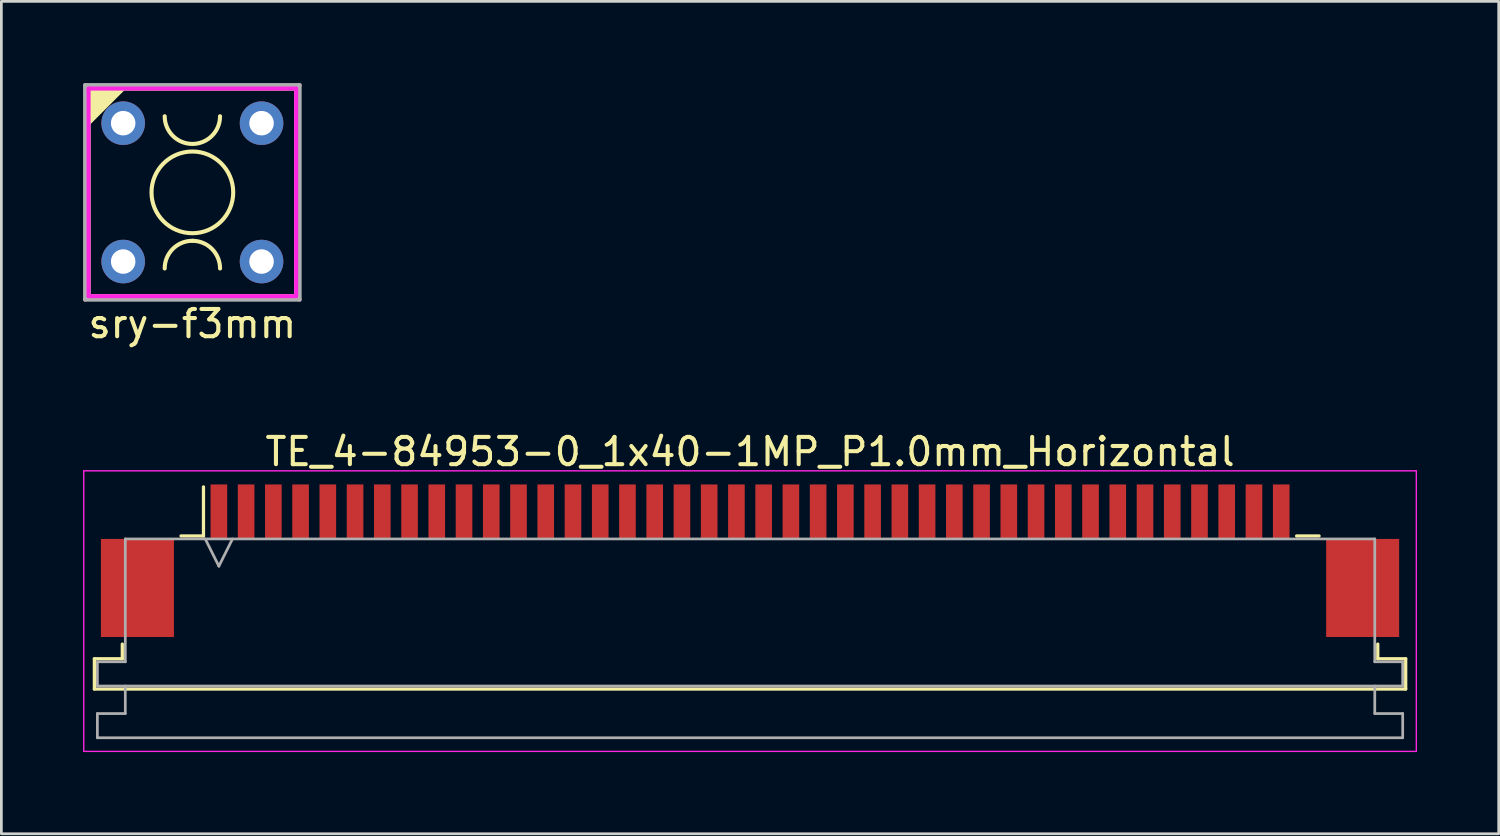
<source format=kicad_pcb>
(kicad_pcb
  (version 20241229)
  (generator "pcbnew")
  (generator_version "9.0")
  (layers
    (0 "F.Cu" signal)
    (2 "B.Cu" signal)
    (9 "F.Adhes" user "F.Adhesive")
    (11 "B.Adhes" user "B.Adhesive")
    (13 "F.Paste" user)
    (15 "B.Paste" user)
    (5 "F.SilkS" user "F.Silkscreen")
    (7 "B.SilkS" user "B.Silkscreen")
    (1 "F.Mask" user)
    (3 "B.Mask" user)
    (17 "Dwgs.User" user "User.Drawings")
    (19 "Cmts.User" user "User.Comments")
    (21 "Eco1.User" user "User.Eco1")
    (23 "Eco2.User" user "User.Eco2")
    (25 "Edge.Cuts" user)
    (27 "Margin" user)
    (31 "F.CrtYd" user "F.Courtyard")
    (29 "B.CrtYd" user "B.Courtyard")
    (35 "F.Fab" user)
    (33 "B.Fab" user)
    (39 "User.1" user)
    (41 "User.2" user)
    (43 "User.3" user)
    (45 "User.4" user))
  (footprint "TE_4-84953-0_1x40-1MP_P1.0mm_Horizontal"
    (layer "F.Cu")
    (at 24.485 17.535)
    (property "Reference" "TE_4-84953-0_1x40-1MP_P1.0mm_Horizontal" (at 0 -4 0) (layer "F.SilkS") (effects (font (size 1 1) (thickness 0.15))))
    (attr smd)
    (fp_line (start -24.07 3.6) (end -23.045 3.6) (stroke (width 0.12) (type solid)) (layer "F.SilkS"))
    (fp_line (start -24.07 4.71) (end -24.07 3.6) (stroke (width 0.12) (type solid)) (layer "F.SilkS"))
    (fp_line (start -23.045 3.6) (end -23.045 3.06) (stroke (width 0.12) (type solid)) (layer "F.SilkS"))
    (fp_line (start -20.89 -0.91) (end -20.065 -0.91) (stroke (width 0.12) (type solid)) (layer "F.SilkS"))
    (fp_line (start -20.065 -0.91) (end -20.065 -2.71) (stroke (width 0.12) (type solid)) (layer "F.SilkS"))
    (fp_line (start 20.065 -0.91) (end 20.89 -0.91) (stroke (width 0.12) (type solid)) (layer "F.SilkS"))
    (fp_line (start 23.045 3.06) (end 23.045 3.6) (stroke (width 0.12) (type solid)) (layer "F.SilkS"))
    (fp_line (start 23.045 3.6) (end 24.07 3.6) (stroke (width 0.12) (type solid)) (layer "F.SilkS"))
    (fp_line (start 24.07 3.6) (end 24.07 4.71) (stroke (width 0.12) (type solid)) (layer "F.SilkS"))
    (fp_line (start 24.07 4.71) (end -24.07 4.71) (stroke (width 0.12) (type solid)) (layer "F.SilkS"))
    (fp_line (start -24.46 -3.3) (end -24.46 7) (stroke (width 0.05) (type solid)) (layer "F.CrtYd"))
    (fp_line (start -24.46 7) (end 24.46 7) (stroke (width 0.05) (type solid)) (layer "F.CrtYd"))
    (fp_line (start 24.46 -3.3) (end -24.46 -3.3) (stroke (width 0.05) (type solid)) (layer "F.CrtYd"))
    (fp_line (start 24.46 7) (end 24.46 -3.3) (stroke (width 0.05) (type solid)) (layer "F.CrtYd"))
    (fp_line (start -23.96 3.71) (end -22.935 3.71) (stroke (width 0.1) (type solid)) (layer "F.Fab"))
    (fp_line (start -23.96 4.6) (end -23.96 3.71) (stroke (width 0.1) (type solid)) (layer "F.Fab"))
    (fp_line (start -23.96 5.61) (end -22.935 5.61) (stroke (width 0.1) (type solid)) (layer "F.Fab"))
    (fp_line (start -23.96 6.5) (end -23.96 5.61) (stroke (width 0.1) (type solid)) (layer "F.Fab"))
    (fp_line (start -22.935 -0.8) (end 22.935 -0.8) (stroke (width 0.1) (type solid)) (layer "F.Fab"))
    (fp_line (start -22.935 3.71) (end -22.935 -0.8) (stroke (width 0.1) (type solid)) (layer "F.Fab"))
    (fp_line (start -22.935 5.61) (end -22.935 4.6) (stroke (width 0.1) (type solid)) (layer "F.Fab"))
    (fp_line (start -20 -0.8) (end -19.5 0.2) (stroke (width 0.1) (type solid)) (layer "F.Fab"))
    (fp_line (start -19.5 0.2) (end -19 -0.8) (stroke (width 0.1) (type solid)) (layer "F.Fab"))
    (fp_line (start 22.935 -0.8) (end 22.935 3.71) (stroke (width 0.1) (type solid)) (layer "F.Fab"))
    (fp_line (start 22.935 3.71) (end 23.96 3.71) (stroke (width 0.1) (type solid)) (layer "F.Fab"))
    (fp_line (start 22.935 4.6) (end 22.935 5.61) (stroke (width 0.1) (type solid)) (layer "F.Fab"))
    (fp_line (start 22.935 5.61) (end 23.96 5.61) (stroke (width 0.1) (type solid)) (layer "F.Fab"))
    (fp_line (start 23.96 3.71) (end 23.96 4.6) (stroke (width 0.1) (type solid)) (layer "F.Fab"))
    (fp_line (start 23.96 4.6) (end -23.96 4.6) (stroke (width 0.1) (type solid)) (layer "F.Fab"))
    (fp_line (start 23.96 5.61) (end 23.96 6.5) (stroke (width 0.1) (type solid)) (layer "F.Fab"))
    (fp_line (start 23.96 6.5) (end -23.96 6.5) (stroke (width 0.1) (type solid)) (layer "F.Fab"))
    (pad "1" smd rect (at -19.5 -1.8) (size 0.61 2) (layers "F.Cu" "F.Mask" "F.Paste"))
    (pad "2" smd rect (at -18.5 -1.8) (size 0.61 2) (layers "F.Cu" "F.Mask" "F.Paste"))
    (pad "3" smd rect (at -17.5 -1.8) (size 0.61 2) (layers "F.Cu" "F.Mask" "F.Paste"))
    (pad "4" smd rect (at -16.5 -1.8) (size 0.61 2) (layers "F.Cu" "F.Mask" "F.Paste"))
    (pad "5" smd rect (at -15.5 -1.8) (size 0.61 2) (layers "F.Cu" "F.Mask" "F.Paste"))
    (pad "6" smd rect (at -14.5 -1.8) (size 0.61 2) (layers "F.Cu" "F.Mask" "F.Paste"))
    (pad "7" smd rect (at -13.5 -1.8) (size 0.61 2) (layers "F.Cu" "F.Mask" "F.Paste"))
    (pad "8" smd rect (at -12.5 -1.8) (size 0.61 2) (layers "F.Cu" "F.Mask" "F.Paste"))
    (pad "9" smd rect (at -11.5 -1.8) (size 0.61 2) (layers "F.Cu" "F.Mask" "F.Paste"))
    (pad "10" smd rect (at -10.5 -1.8) (size 0.61 2) (layers "F.Cu" "F.Mask" "F.Paste"))
    (pad "11" smd rect (at -9.5 -1.8) (size 0.61 2) (layers "F.Cu" "F.Mask" "F.Paste"))
    (pad "12" smd rect (at -8.5 -1.8) (size 0.61 2) (layers "F.Cu" "F.Mask" "F.Paste"))
    (pad "13" smd rect (at -7.5 -1.8) (size 0.61 2) (layers "F.Cu" "F.Mask" "F.Paste"))
    (pad "14" smd rect (at -6.5 -1.8) (size 0.61 2) (layers "F.Cu" "F.Mask" "F.Paste"))
    (pad "15" smd rect (at -5.5 -1.8) (size 0.61 2) (layers "F.Cu" "F.Mask" "F.Paste"))
    (pad "16" smd rect (at -4.5 -1.8) (size 0.61 2) (layers "F.Cu" "F.Mask" "F.Paste"))
    (pad "17" smd rect (at -3.5 -1.8) (size 0.61 2) (layers "F.Cu" "F.Mask" "F.Paste"))
    (pad "18" smd rect (at -2.5 -1.8) (size 0.61 2) (layers "F.Cu" "F.Mask" "F.Paste"))
    (pad "19" smd rect (at -1.5 -1.8) (size 0.61 2) (layers "F.Cu" "F.Mask" "F.Paste"))
    (pad "20" smd rect (at -0.5 -1.8) (size 0.61 2) (layers "F.Cu" "F.Mask" "F.Paste"))
    (pad "21" smd rect (at 0.5 -1.8) (size 0.61 2) (layers "F.Cu" "F.Mask" "F.Paste"))
    (pad "22" smd rect (at 1.5 -1.8) (size 0.61 2) (layers "F.Cu" "F.Mask" "F.Paste"))
    (pad "23" smd rect (at 2.5 -1.8) (size 0.61 2) (layers "F.Cu" "F.Mask" "F.Paste"))
    (pad "24" smd rect (at 3.5 -1.8) (size 0.61 2) (layers "F.Cu" "F.Mask" "F.Paste"))
    (pad "25" smd rect (at 4.5 -1.8) (size 0.61 2) (layers "F.Cu" "F.Mask" "F.Paste"))
    (pad "26" smd rect (at 5.5 -1.8) (size 0.61 2) (layers "F.Cu" "F.Mask" "F.Paste"))
    (pad "27" smd rect (at 6.5 -1.8) (size 0.61 2) (layers "F.Cu" "F.Mask" "F.Paste"))
    (pad "28" smd rect (at 7.5 -1.8) (size 0.61 2) (layers "F.Cu" "F.Mask" "F.Paste"))
    (pad "29" smd rect (at 8.5 -1.8) (size 0.61 2) (layers "F.Cu" "F.Mask" "F.Paste"))
    (pad "30" smd rect (at 9.5 -1.8) (size 0.61 2) (layers "F.Cu" "F.Mask" "F.Paste"))
    (pad "31" smd rect (at 10.5 -1.8) (size 0.61 2) (layers "F.Cu" "F.Mask" "F.Paste"))
    (pad "32" smd rect (at 11.5 -1.8) (size 0.61 2) (layers "F.Cu" "F.Mask" "F.Paste"))
    (pad "33" smd rect (at 12.5 -1.8) (size 0.61 2) (layers "F.Cu" "F.Mask" "F.Paste"))
    (pad "34" smd rect (at 13.5 -1.8) (size 0.61 2) (layers "F.Cu" "F.Mask" "F.Paste"))
    (pad "35" smd rect (at 14.5 -1.8) (size 0.61 2) (layers "F.Cu" "F.Mask" "F.Paste"))
    (pad "36" smd rect (at 15.5 -1.8) (size 0.61 2) (layers "F.Cu" "F.Mask" "F.Paste"))
    (pad "37" smd rect (at 16.5 -1.8) (size 0.61 2) (layers "F.Cu" "F.Mask" "F.Paste"))
    (pad "38" smd rect (at 17.5 -1.8) (size 0.61 2) (layers "F.Cu" "F.Mask" "F.Paste"))
    (pad "39" smd rect (at 18.5 -1.8) (size 0.61 2) (layers "F.Cu" "F.Mask" "F.Paste"))
    (pad "40" smd rect (at 19.5 -1.8) (size 0.61 2) (layers "F.Cu" "F.Mask" "F.Paste"))
    (pad "MP" smd rect (at -22.49 1) (size 2.68 3.6) (layers "F.Cu" "F.Mask" "F.Paste"))
    (pad "MP" smd rect (at 22.49 1) (size 2.68 3.6) (layers "F.Cu" "F.Mask" "F.Paste")))
  (footprint "sry-f3mm"
    (layer "F.Cu")
    (at 4.012 4.012)
    (property "Reference" "sry-f3mm" (at 0 4.826 0) (layer "F.SilkS") (effects (font (size 1 1) (thickness 0.15))))
    (attr through_hole)
    (fp_line (start -3.81 -3.81) (end 3.81 -3.81) (stroke (width 0.15) (type solid)) (layer "F.SilkS"))
    (fp_line (start -3.81 3.81) (end -3.81 -3.81) (stroke (width 0.15) (type solid)) (layer "F.SilkS"))
    (fp_line (start 3.81 -3.81) (end 3.81 3.81) (stroke (width 0.15) (type solid)) (layer "F.SilkS"))
    (fp_line (start 3.81 3.81) (end -3.81 3.81) (stroke (width 0.15) (type solid)) (layer "F.SilkS"))
    (fp_arc (start -1.016 2.794) (mid -0.71842 2.07558) (end 0 1.778) (stroke (width 0.15) (type solid)) (layer "F.SilkS"))
    (fp_arc (start 0 1.778) (mid 0.71842 2.07558) (end 1.016 2.794) (stroke (width 0.15) (type solid)) (layer "F.SilkS"))
    (fp_arc (start 1.016 -2.794) (mid 0 -1.778) (end -1.016 -2.794) (stroke (width 0.15) (type solid)) (layer "F.SilkS"))
    (fp_circle (center 0 0) (end 1.5 0) (stroke (width 0.15) (type solid)) (fill no) (layer "F.SilkS"))
    (fp_poly (pts (xy -3.81 -3.81) (xy -2.54 -3.81) (xy -3.81 -2.54)) (stroke (width 0.15) (type solid)) (fill yes) (layer "F.SilkS"))
    (fp_line (start -3.81 -3.81) (end 3.81 -3.81) (stroke (width 0.15) (type solid)) (layer "F.CrtYd"))
    (fp_line (start -3.81 3.81) (end -3.81 -3.81) (stroke (width 0.15) (type solid)) (layer "F.CrtYd"))
    (fp_line (start 3.81 -3.81) (end 3.81 3.81) (stroke (width 0.15) (type solid)) (layer "F.CrtYd"))
    (fp_line (start 3.81 3.81) (end -3.81 3.81) (stroke (width 0.15) (type solid)) (layer "F.CrtYd"))
    (fp_line (start -3.937 -3.937) (end 3.937 -3.937) (stroke (width 0.15) (type solid)) (layer "F.Fab"))
    (fp_line (start -3.937 3.937) (end -3.937 -3.937) (stroke (width 0.15) (type solid)) (layer "F.Fab"))
    (fp_line (start 3.937 -3.937) (end 3.937 3.937) (stroke (width 0.15) (type solid)) (layer "F.Fab"))
    (fp_line (start 3.937 3.937) (end -3.937 3.937) (stroke (width 0.15) (type solid)) (layer "F.Fab"))
    (pad "1" thru_hole circle (at -2.54 2.54) (size 1.6 1.6) (drill 0.9) (layers "*.Cu" "*.Mask"))
    (pad "1" thru_hole circle (at 2.54 2.54) (size 1.6 1.6) (drill 0.9) (layers "*.Cu" "*.Mask"))
    (pad "2" thru_hole circle (at -2.54 -2.54) (size 1.6 1.6) (drill 0.9) (layers "*.Cu" "*.Mask"))
    (pad "2" thru_hole circle (at 2.54 -2.54) (size 1.6 1.6) (drill 0.9) (layers "*.Cu" "*.Mask")))
  (gr_rect
    (start -3 -3)
    (end 51.97 27.559)
    (stroke (width 0.1) (type default))
    (fill no)
    (layer "Edge.Cuts")))
</source>
